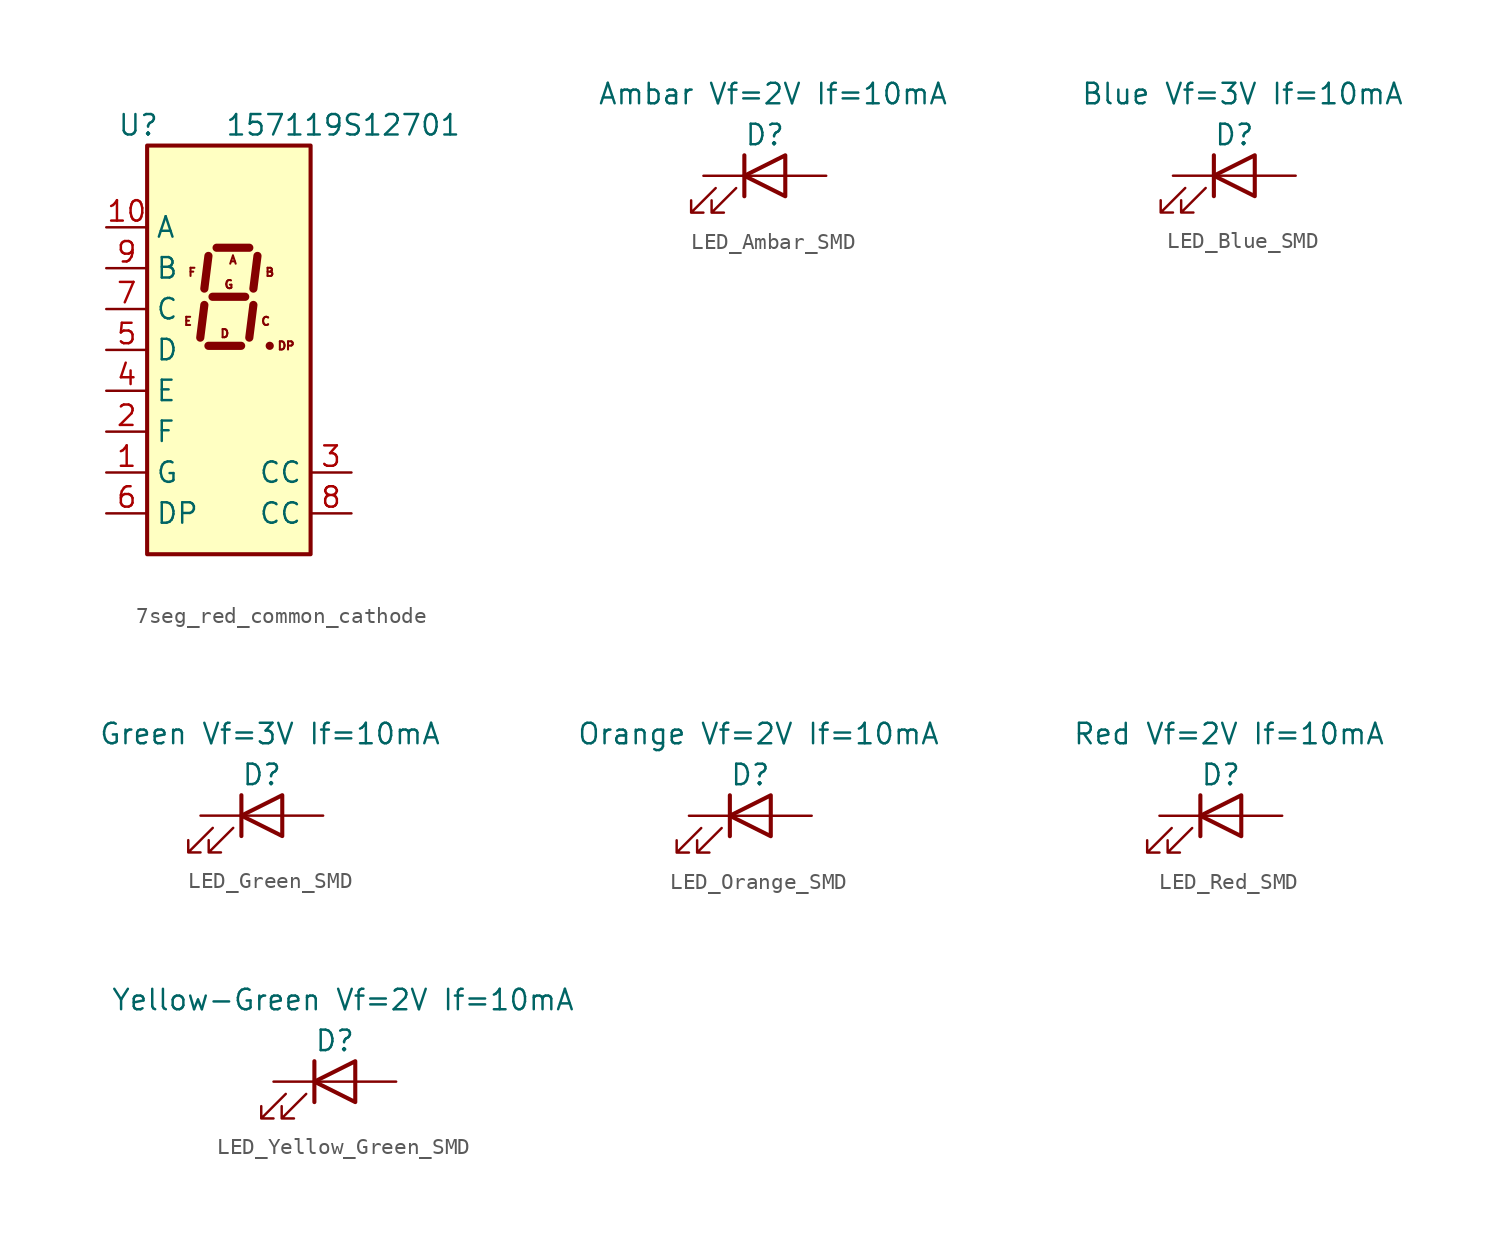
<source format=kicad_sym>
(kicad_symbol_lib
  (version 20241209)
  (generator "kicad_symbol_editor")
  (generator_version "9.0")
  (symbol "7seg_red_common_cathode"
    (property "Reference" "U"
      (at -4.318 13.97 0)
      (effects (font (size 1.27 1.27)) (justify right)))
    (property "Value" "157119S12701"
      (at -0.254 13.97 0)
      (effects (font (size 1.27 1.27)) (justify left)))
    (symbol "7seg_red_common_cathode_0_0"
      (text "E" (at -2.54 1.778 0) (effects (font (size 0.508 0.508))))
      (text "F" (at -2.286 4.826 0) (effects (font (size 0.508 0.508))))
      (text "D" (at -0.254 1.016 0) (effects (font (size 0.508 0.508))))
      (text "G" (at 0 4.064 0) (effects (font (size 0.508 0.508))))
      (text "A" (at 0.254 5.588 0) (effects (font (size 0.508 0.508))))
      (text "C" (at 2.286 1.778 0) (effects (font (size 0.508 0.508))))
      (text "B" (at 2.54 4.826 0) (effects (font (size 0.508 0.508))))
      (text "DP" (at 3.556 0.254 0) (effects (font (size 0.508 0.508)))))
    (symbol "7seg_red_common_cathode_0_1"
      (rectangle (start -5.08 12.7) (end 5.08 -12.7) (stroke (width 0.254) (type default)) (fill (type background)))
      (polyline (pts (xy -1.524 2.794) (xy -1.778 0.762)) (stroke (width 0.508) (type default)) (fill (type none)))
      (polyline (pts (xy -1.27 5.842) (xy -1.524 3.81)) (stroke (width 0.508) (type default)) (fill (type none)))
      (polyline (pts (xy -1.27 0.254) (xy 0.762 0.254)) (stroke (width 0.508) (type default)) (fill (type none)))
      (polyline (pts (xy -1.016 3.302) (xy 1.016 3.302)) (stroke (width 0.508) (type default)) (fill (type none)))
      (polyline (pts (xy -0.762 6.35) (xy 1.27 6.35)) (stroke (width 0.508) (type default)) (fill (type none)))
      (polyline (pts (xy 1.524 2.794) (xy 1.27 0.762)) (stroke (width 0.508) (type default)) (fill (type none)))
      (polyline (pts (xy 1.778 5.842) (xy 1.524 3.81)) (stroke (width 0.508) (type default)) (fill (type none)))
      (polyline (pts (xy 2.54 0.254) (xy 2.54 0.254)) (stroke (width 0.508) (type default)) (fill (type none))))
    (symbol "7seg_red_common_cathode_1_1"
      (pin input line (at -7.62 7.62 0) (length 2.54) (name "A" (effects (font (size 1.27 1.27)))) (number "10" (effects (font (size 1.27 1.27)))))
      (pin input line (at -7.62 5.08 0) (length 2.54) (name "B" (effects (font (size 1.27 1.27)))) (number "9" (effects (font (size 1.27 1.27)))))
      (pin input line (at -7.62 2.54 0) (length 2.54) (name "C" (effects (font (size 1.27 1.27)))) (number "7" (effects (font (size 1.27 1.27)))))
      (pin input line (at -7.62 0 0) (length 2.54) (name "D" (effects (font (size 1.27 1.27)))) (number "5" (effects (font (size 1.27 1.27)))))
      (pin input line (at -7.62 -2.54 0) (length 2.54) (name "E" (effects (font (size 1.27 1.27)))) (number "4" (effects (font (size 1.27 1.27)))))
      (pin input line (at -7.62 -5.08 0) (length 2.54) (name "F" (effects (font (size 1.27 1.27)))) (number "2" (effects (font (size 1.27 1.27)))))
      (pin input line (at -7.62 -7.62 0) (length 2.54) (name "G" (effects (font (size 1.27 1.27)))) (number "1" (effects (font (size 1.27 1.27)))))
      (pin input line (at -7.62 -10.16 0) (length 2.54) (name "DP" (effects (font (size 1.27 1.27)))) (number "6" (effects (font (size 1.27 1.27)))))
      (pin power_in line (at 7.62 -7.62 180) (length 2.54) (name "CC" (effects (font (size 1.27 1.27)))) (number "3" (effects (font (size 1.27 1.27)))))
      (pin power_in line (at 7.62 -10.16 180) (length 2.54) (name "CC" (effects (font (size 1.27 1.27)))) (number "8" (effects (font (size 1.27 1.27)))))))
  (symbol "LED_Ambar_SMD"
    (pin_numbers
      (hide yes))
    (pin_names
      (offset 1.016)
      (hide yes))
    (property "Reference" "D"
      (at 0 2.54 0)
      (effects (font (size 1.27 1.27))))
    (property "Value" "Ambar Vf=2V If=10mA"
      (at 0.508 5.08 0)
      (effects (font (size 1.27 1.27))))
    (symbol "LED_Ambar_SMD_0_1"
      (polyline (pts (xy -3.048 -0.762) (xy -4.572 -2.286) (xy -3.81 -2.286) (xy -4.572 -2.286) (xy -4.572 -1.524)) (stroke (width 0) (type default)) (fill (type none)))
      (polyline (pts (xy -1.778 -0.762) (xy -3.302 -2.286) (xy -2.54 -2.286) (xy -3.302 -2.286) (xy -3.302 -1.524)) (stroke (width 0) (type default)) (fill (type none)))
      (polyline (pts (xy -1.27 0) (xy 1.27 0)) (stroke (width 0) (type default)) (fill (type none)))
      (polyline (pts (xy -1.27 -1.27) (xy -1.27 1.27)) (stroke (width 0.254) (type default)) (fill (type none)))
      (polyline (pts (xy 1.27 -1.27) (xy 1.27 1.27) (xy -1.27 0) (xy 1.27 -1.27)) (stroke (width 0.254) (type default)) (fill (type none))))
    (symbol "LED_Ambar_SMD_1_1"
      (pin passive line (at -3.81 0 0) (length 2.54) (name "K" (effects (font (size 1.27 1.27)))) (number "1" (effects (font (size 1.27 1.27)))))
      (pin passive line (at 3.81 0 180) (length 2.54) (name "A" (effects (font (size 1.27 1.27)))) (number "2" (effects (font (size 1.27 1.27)))))))
  (symbol "LED_Blue_SMD"
    (pin_numbers
      (hide yes))
    (pin_names
      (offset 1.016)
      (hide yes))
    (property "Reference" "D"
      (at 0 2.54 0)
      (effects (font (size 1.27 1.27))))
    (property "Value" "Blue Vf=3V If=10mA"
      (at 0.508 5.08 0)
      (effects (font (size 1.27 1.27))))
    (symbol "LED_Blue_SMD_0_1"
      (polyline (pts (xy -3.048 -0.762) (xy -4.572 -2.286) (xy -3.81 -2.286) (xy -4.572 -2.286) (xy -4.572 -1.524)) (stroke (width 0) (type default)) (fill (type none)))
      (polyline (pts (xy -1.778 -0.762) (xy -3.302 -2.286) (xy -2.54 -2.286) (xy -3.302 -2.286) (xy -3.302 -1.524)) (stroke (width 0) (type default)) (fill (type none)))
      (polyline (pts (xy -1.27 0) (xy 1.27 0)) (stroke (width 0) (type default)) (fill (type none)))
      (polyline (pts (xy -1.27 -1.27) (xy -1.27 1.27)) (stroke (width 0.254) (type default)) (fill (type none)))
      (polyline (pts (xy 1.27 -1.27) (xy 1.27 1.27) (xy -1.27 0) (xy 1.27 -1.27)) (stroke (width 0.254) (type default)) (fill (type none))))
    (symbol "LED_Blue_SMD_1_1"
      (pin passive line (at -3.81 0 0) (length 2.54) (name "K" (effects (font (size 1.27 1.27)))) (number "1" (effects (font (size 1.27 1.27)))))
      (pin passive line (at 3.81 0 180) (length 2.54) (name "A" (effects (font (size 1.27 1.27)))) (number "2" (effects (font (size 1.27 1.27)))))))
  (symbol "LED_Green_SMD"
    (pin_numbers
      (hide yes))
    (pin_names
      (offset 1.016)
      (hide yes))
    (property "Reference" "D"
      (at 0 2.54 0)
      (effects (font (size 1.27 1.27))))
    (property "Value" "Green Vf=3V If=10mA"
      (at 0.508 5.08 0)
      (effects (font (size 1.27 1.27))))
    (symbol "LED_Green_SMD_0_1"
      (polyline (pts (xy -3.048 -0.762) (xy -4.572 -2.286) (xy -3.81 -2.286) (xy -4.572 -2.286) (xy -4.572 -1.524)) (stroke (width 0) (type default)) (fill (type none)))
      (polyline (pts (xy -1.778 -0.762) (xy -3.302 -2.286) (xy -2.54 -2.286) (xy -3.302 -2.286) (xy -3.302 -1.524)) (stroke (width 0) (type default)) (fill (type none)))
      (polyline (pts (xy -1.27 0) (xy 1.27 0)) (stroke (width 0) (type default)) (fill (type none)))
      (polyline (pts (xy -1.27 -1.27) (xy -1.27 1.27)) (stroke (width 0.254) (type default)) (fill (type none)))
      (polyline (pts (xy 1.27 -1.27) (xy 1.27 1.27) (xy -1.27 0) (xy 1.27 -1.27)) (stroke (width 0.254) (type default)) (fill (type none))))
    (symbol "LED_Green_SMD_1_1"
      (pin passive line (at -3.81 0 0) (length 2.54) (name "K" (effects (font (size 1.27 1.27)))) (number "1" (effects (font (size 1.27 1.27)))))
      (pin passive line (at 3.81 0 180) (length 2.54) (name "A" (effects (font (size 1.27 1.27)))) (number "2" (effects (font (size 1.27 1.27)))))))
  (symbol "LED_Orange_SMD"
    (pin_numbers
      (hide yes))
    (pin_names
      (offset 1.016)
      (hide yes))
    (property "Reference" "D"
      (at 0 2.54 0)
      (effects (font (size 1.27 1.27))))
    (property "Value" "Orange Vf=2V If=10mA"
      (at 0.508 5.08 0)
      (effects (font (size 1.27 1.27))))
    (symbol "LED_Orange_SMD_0_1"
      (polyline (pts (xy -3.048 -0.762) (xy -4.572 -2.286) (xy -3.81 -2.286) (xy -4.572 -2.286) (xy -4.572 -1.524)) (stroke (width 0) (type default)) (fill (type none)))
      (polyline (pts (xy -1.778 -0.762) (xy -3.302 -2.286) (xy -2.54 -2.286) (xy -3.302 -2.286) (xy -3.302 -1.524)) (stroke (width 0) (type default)) (fill (type none)))
      (polyline (pts (xy -1.27 0) (xy 1.27 0)) (stroke (width 0) (type default)) (fill (type none)))
      (polyline (pts (xy -1.27 -1.27) (xy -1.27 1.27)) (stroke (width 0.254) (type default)) (fill (type none)))
      (polyline (pts (xy 1.27 -1.27) (xy 1.27 1.27) (xy -1.27 0) (xy 1.27 -1.27)) (stroke (width 0.254) (type default)) (fill (type none))))
    (symbol "LED_Orange_SMD_1_1"
      (pin passive line (at -3.81 0 0) (length 2.54) (name "K" (effects (font (size 1.27 1.27)))) (number "1" (effects (font (size 1.27 1.27)))))
      (pin passive line (at 3.81 0 180) (length 2.54) (name "A" (effects (font (size 1.27 1.27)))) (number "2" (effects (font (size 1.27 1.27)))))))
  (symbol "LED_Red_SMD"
    (pin_numbers
      (hide yes))
    (pin_names
      (offset 1.016)
      (hide yes))
    (property "Reference" "D"
      (at 0 2.54 0)
      (effects (font (size 1.27 1.27))))
    (property "Value" "Red Vf=2V If=10mA"
      (at 0.508 5.08 0)
      (effects (font (size 1.27 1.27))))
    (symbol "LED_Red_SMD_0_1"
      (polyline (pts (xy -3.048 -0.762) (xy -4.572 -2.286) (xy -3.81 -2.286) (xy -4.572 -2.286) (xy -4.572 -1.524)) (stroke (width 0) (type default)) (fill (type none)))
      (polyline (pts (xy -1.778 -0.762) (xy -3.302 -2.286) (xy -2.54 -2.286) (xy -3.302 -2.286) (xy -3.302 -1.524)) (stroke (width 0) (type default)) (fill (type none)))
      (polyline (pts (xy -1.27 0) (xy 1.27 0)) (stroke (width 0) (type default)) (fill (type none)))
      (polyline (pts (xy -1.27 -1.27) (xy -1.27 1.27)) (stroke (width 0.254) (type default)) (fill (type none)))
      (polyline (pts (xy 1.27 -1.27) (xy 1.27 1.27) (xy -1.27 0) (xy 1.27 -1.27)) (stroke (width 0.254) (type default)) (fill (type none))))
    (symbol "LED_Red_SMD_1_1"
      (pin passive line (at -3.81 0 0) (length 2.54) (name "K" (effects (font (size 1.27 1.27)))) (number "1" (effects (font (size 1.27 1.27)))))
      (pin passive line (at 3.81 0 180) (length 2.54) (name "A" (effects (font (size 1.27 1.27)))) (number "2" (effects (font (size 1.27 1.27)))))))
  (symbol "LED_Yellow_Green_SMD"
    (pin_numbers
      (hide yes))
    (pin_names
      (offset 1.016)
      (hide yes))
    (property "Reference" "D"
      (at 0 2.54 0)
      (effects (font (size 1.27 1.27))))
    (property "Value" "Yellow-Green Vf=2V If=10mA"
      (at 0.508 5.08 0)
      (effects (font (size 1.27 1.27))))
    (symbol "LED_Yellow_Green_SMD_0_1"
      (polyline (pts (xy -3.048 -0.762) (xy -4.572 -2.286) (xy -3.81 -2.286) (xy -4.572 -2.286) (xy -4.572 -1.524)) (stroke (width 0) (type default)) (fill (type none)))
      (polyline (pts (xy -1.778 -0.762) (xy -3.302 -2.286) (xy -2.54 -2.286) (xy -3.302 -2.286) (xy -3.302 -1.524)) (stroke (width 0) (type default)) (fill (type none)))
      (polyline (pts (xy -1.27 0) (xy 1.27 0)) (stroke (width 0) (type default)) (fill (type none)))
      (polyline (pts (xy -1.27 -1.27) (xy -1.27 1.27)) (stroke (width 0.254) (type default)) (fill (type none)))
      (polyline (pts (xy 1.27 -1.27) (xy 1.27 1.27) (xy -1.27 0) (xy 1.27 -1.27)) (stroke (width 0.254) (type default)) (fill (type none))))
    (symbol "LED_Yellow_Green_SMD_1_1"
      (pin passive line (at -3.81 0 0) (length 2.54) (name "K" (effects (font (size 1.27 1.27)))) (number "1" (effects (font (size 1.27 1.27)))))
      (pin passive line (at 3.81 0 180) (length 2.54) (name "A" (effects (font (size 1.27 1.27)))) (number "2" (effects (font (size 1.27 1.27))))))))
</source>
